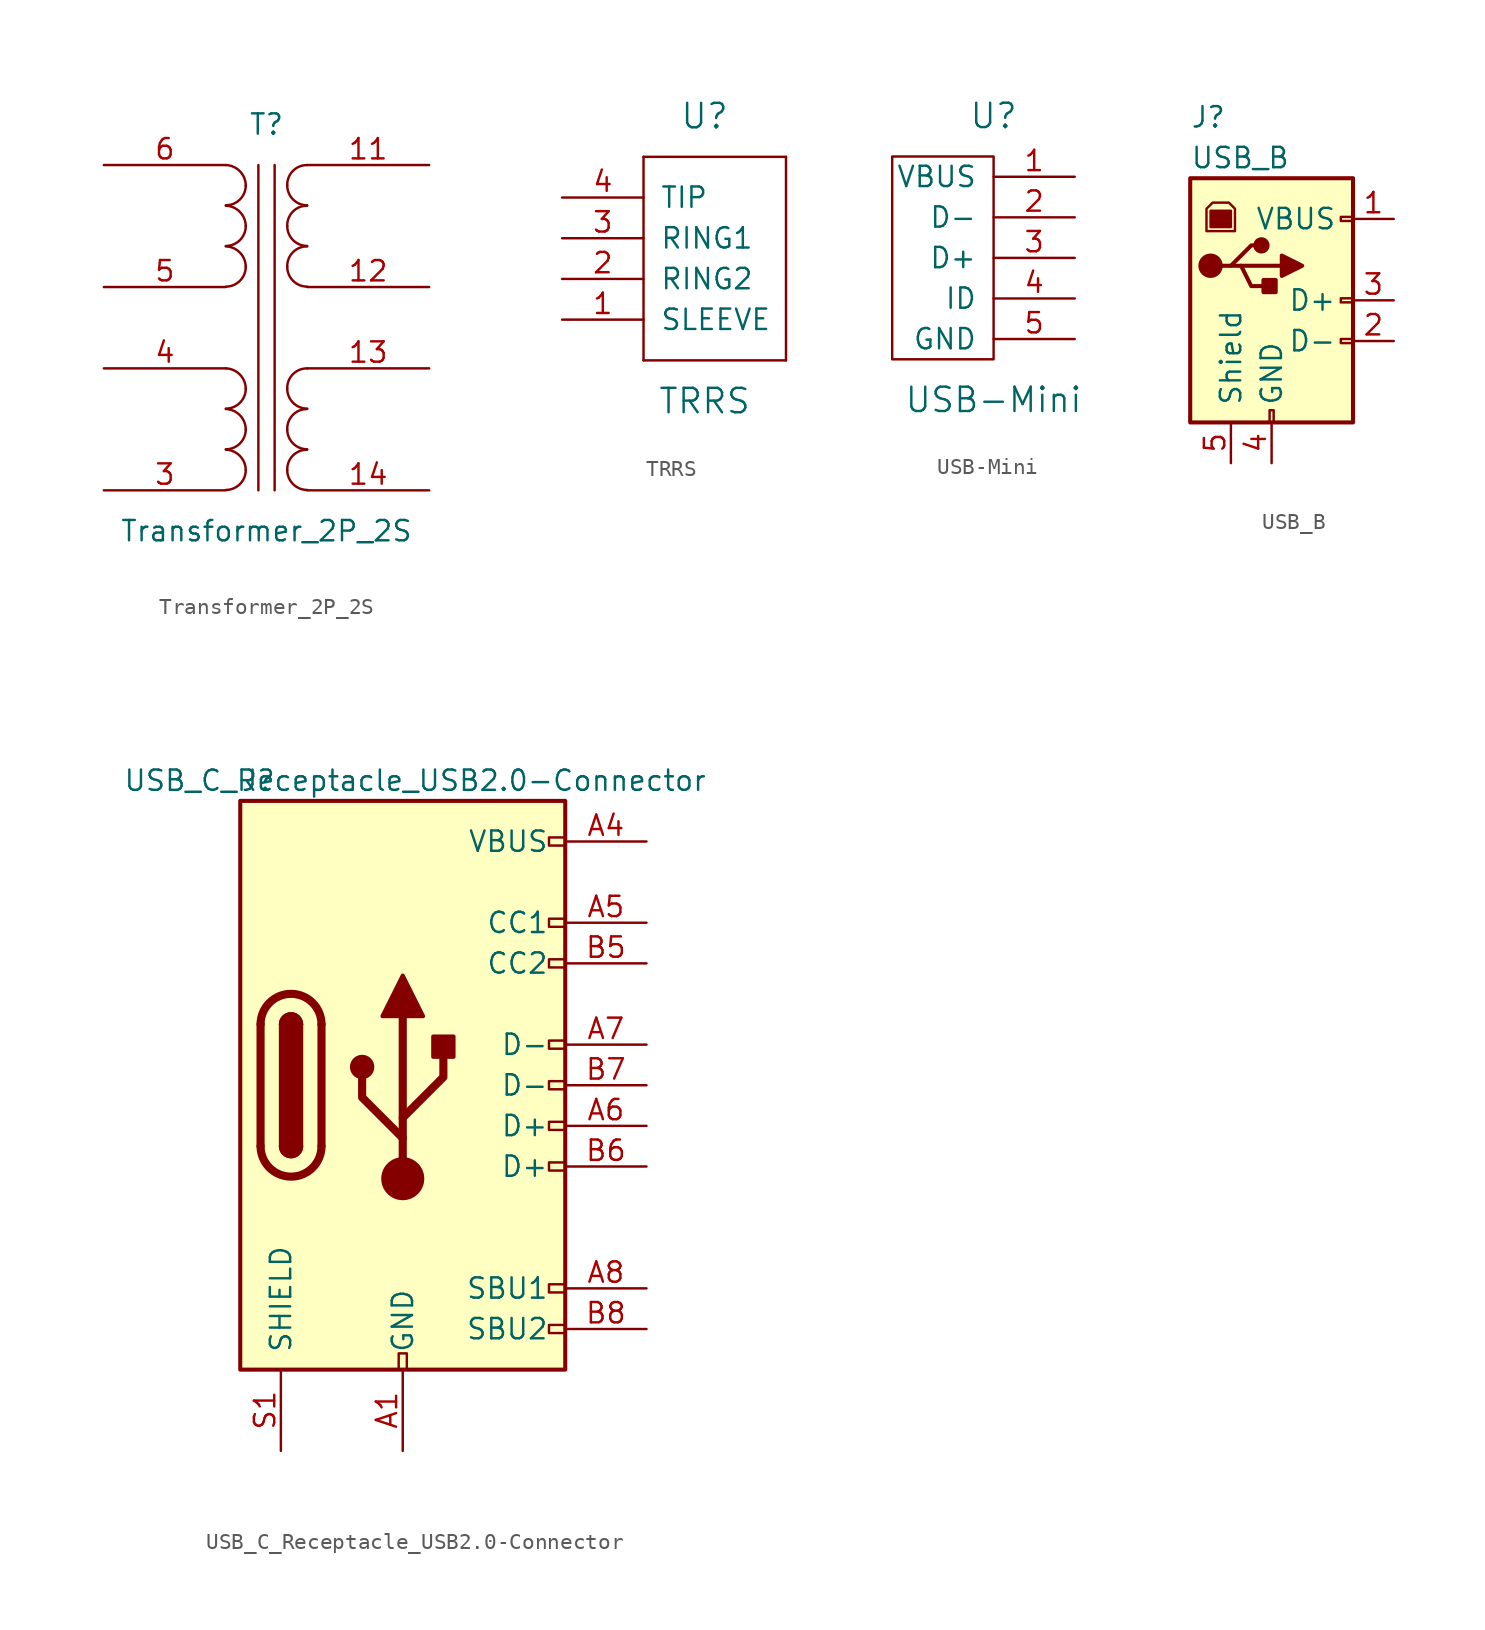
<source format=kicad_sym>
(kicad_symbol_lib
  (version 20220914)
  (generator kicad_symbol_editor)
  (symbol "Transformer_2P_2S"
    (pin_names
      (offset 1.016) hide)
    (property "Reference" "T"
      (at 0 12.7 0)
      (effects (font (size 1.27 1.27))))
    (property "Value" "Transformer_2P_2S"
      (at 0 -12.7 0)
      (effects (font (size 1.27 1.27))))
    (symbol "Transformer_2P_2S_0_1"
      (polyline (pts (xy -0.508 -10.16) (xy -0.508 10.16)) (stroke (width 0) (type default)) (fill (type none)))
      (polyline (pts (xy 0.508 10.16) (xy 0.508 -10.16)) (stroke (width 0) (type default)) (fill (type none)))
      (arc (start 1.2954 -8.89) (mid 1.6599 -9.7701) (end 2.54 -10.1346) (stroke (width 0) (type default)) (fill (type none)))
      (arc (start 1.2954 -6.35) (mid 1.6599 -7.2301) (end 2.54 -7.5946) (stroke (width 0) (type default)) (fill (type none)))
      (arc (start 1.2954 -3.81) (mid 1.6599 -4.6901) (end 2.54 -5.0546) (stroke (width 0) (type default)) (fill (type none)))
      (arc (start 1.2954 3.81) (mid 1.6599 2.9299) (end 2.54 2.5654) (stroke (width 0) (type default)) (fill (type none)))
      (arc (start 1.2954 6.35) (mid 1.6599 5.4699) (end 2.54 5.1054) (stroke (width 0) (type default)) (fill (type none)))
      (arc (start 1.2954 8.89) (mid 1.6599 8.0099) (end 2.54 7.6454) (stroke (width 0) (type default)) (fill (type none)))
      (arc (start 2.54 -7.62) (mid 1.6456 -7.9883) (end 1.2954 -8.89) (stroke (width 0) (type default)) (fill (type none)))
      (arc (start 2.54 -5.08) (mid 1.6456 -5.4483) (end 1.2954 -6.35) (stroke (width 0) (type default)) (fill (type none)))
      (arc (start 2.54 -2.54) (mid 1.6456 -2.9083) (end 1.2954 -3.81) (stroke (width 0) (type default)) (fill (type none)))
      (arc (start 2.54 5.08) (mid 1.6456 4.7117) (end 1.2954 3.81) (stroke (width 0) (type default)) (fill (type none)))
      (arc (start 2.54 7.62) (mid 1.6456 7.2517) (end 1.2954 6.35) (stroke (width 0) (type default)) (fill (type none)))
      (arc (start 2.54 10.16) (mid 1.6456 9.7917) (end 1.2954 8.89) (stroke (width 0) (type default)) (fill (type none))))
    (symbol "Transformer_2P_2S_1_1"
      (arc (start -2.54 -10.1346) (mid -1.6599 -9.7701) (end -1.2954 -8.89) (stroke (width 0) (type default)) (fill (type none)))
      (arc (start -2.54 -7.5946) (mid -1.6599 -7.2301) (end -1.2954 -6.35) (stroke (width 0) (type default)) (fill (type none)))
      (arc (start -2.54 -5.0546) (mid -1.6599 -4.6901) (end -1.2954 -3.81) (stroke (width 0) (type default)) (fill (type none)))
      (arc (start -2.54 2.5654) (mid -1.6599 2.9299) (end -1.2954 3.81) (stroke (width 0) (type default)) (fill (type none)))
      (arc (start -2.54 5.1054) (mid -1.6599 5.4699) (end -1.2954 6.35) (stroke (width 0) (type default)) (fill (type none)))
      (arc (start -2.54 7.6454) (mid -1.6599 8.0099) (end -1.2954 8.89) (stroke (width 0) (type default)) (fill (type none)))
      (arc (start -1.2954 -8.89) (mid -1.6637 -8.0061) (end -2.54 -7.62) (stroke (width 0) (type default)) (fill (type none)))
      (arc (start -1.2954 -6.35) (mid -1.6637 -5.4661) (end -2.54 -5.08) (stroke (width 0) (type default)) (fill (type none)))
      (arc (start -1.2954 -3.81) (mid -1.6637 -2.9261) (end -2.54 -2.54) (stroke (width 0) (type default)) (fill (type none)))
      (arc (start -1.2954 3.81) (mid -1.6637 4.6939) (end -2.54 5.08) (stroke (width 0) (type default)) (fill (type none)))
      (arc (start -1.2954 6.35) (mid -1.6637 7.2339) (end -2.54 7.62) (stroke (width 0) (type default)) (fill (type none)))
      (arc (start -1.2954 8.89) (mid -1.6637 9.7739) (end -2.54 10.16) (stroke (width 0) (type default)) (fill (type none)))
      (pin passive line (at 10.16 10.16 180) (length 7.62) (name "SA" (effects (font (size 1.27 1.27)))) (number "11" (effects (font (size 1.27 1.27)))))
      (pin passive line (at 10.16 2.54 180) (length 7.62) (name "SB" (effects (font (size 1.27 1.27)))) (number "12" (effects (font (size 1.27 1.27)))))
      (pin passive line (at 10.16 -2.54 180) (length 7.62) (name "SC" (effects (font (size 1.27 1.27)))) (number "13" (effects (font (size 1.27 1.27)))))
      (pin passive line (at 10.16 -10.16 180) (length 7.62) (name "SD" (effects (font (size 1.27 1.27)))) (number "14" (effects (font (size 1.27 1.27)))))
      (pin passive line (at -10.16 -10.16 0) (length 7.62) (name "AD" (effects (font (size 1.27 1.27)))) (number "3" (effects (font (size 1.27 1.27)))))
      (pin passive line (at -10.16 -2.54 0) (length 7.62) (name "AC" (effects (font (size 1.27 1.27)))) (number "4" (effects (font (size 1.27 1.27)))))
      (pin passive line (at -10.16 2.54 0) (length 7.62) (name "AB" (effects (font (size 1.27 1.27)))) (number "5" (effects (font (size 1.27 1.27)))))
      (pin passive line (at -10.16 10.16 0) (length 7.62) (name "AA" (effects (font (size 1.27 1.27)))) (number "6" (effects (font (size 1.27 1.27)))))))
  (symbol "TRRS"
    (pin_names
      (offset 1.016))
    (property "Reference" "U"
      (at 0 15.24 0)
      (effects (font (size 1.524 1.524))))
    (property "Value" "TRRS"
      (at 0 -2.54 0)
      (effects (font (size 1.524 1.524))))
    (symbol "TRRS_0_1"
      (rectangle (start -3.81 0) (end -3.81 12.7) (stroke (width 0) (type default)) (fill (type none)))
      (rectangle (start -3.81 12.7) (end 5.08 12.7) (stroke (width 0) (type default)) (fill (type none)))
      (rectangle (start 5.08 0) (end -3.81 0) (stroke (width 0) (type default)) (fill (type none)))
      (rectangle (start 5.08 12.7) (end 5.08 0) (stroke (width 0) (type default)) (fill (type none))))
    (symbol "TRRS_1_1"
      (pin input line (at -8.89 2.54 0) (length 5.08) (name "SLEEVE" (effects (font (size 1.27 1.27)))) (number "1" (effects (font (size 1.27 1.27)))))
      (pin input line (at -8.89 5.08 0) (length 5.08) (name "RING2" (effects (font (size 1.27 1.27)))) (number "2" (effects (font (size 1.27 1.27)))))
      (pin input line (at -8.89 7.62 0) (length 5.08) (name "RING1" (effects (font (size 1.27 1.27)))) (number "3" (effects (font (size 1.27 1.27)))))
      (pin input line (at -8.89 10.16 0) (length 5.08) (name "TIP" (effects (font (size 1.27 1.27)))) (number "4" (effects (font (size 1.27 1.27)))))))
  (symbol "USB-Mini"
    (pin_names
      (offset 1.016))
    (property "Reference" "U"
      (at 0 15.24 0)
      (effects (font (size 1.524 1.524))))
    (property "Value" "USB-Mini"
      (at 0 -2.54 0)
      (effects (font (size 1.524 1.524))))
    (symbol "USB-Mini_0_1"
      (rectangle (start 0 0) (end -6.35 12.7) (stroke (width 0) (type default)) (fill (type none))))
    (symbol "USB-Mini_1_1"
      (pin input line (at 5.08 11.43 180) (length 5.08) (name "VBUS" (effects (font (size 1.27 1.27)))) (number "1" (effects (font (size 1.27 1.27)))))
      (pin input line (at 5.08 8.89 180) (length 5.08) (name "D-" (effects (font (size 1.27 1.27)))) (number "2" (effects (font (size 1.27 1.27)))))
      (pin input line (at 5.08 6.35 180) (length 5.08) (name "D+" (effects (font (size 1.27 1.27)))) (number "3" (effects (font (size 1.27 1.27)))))
      (pin input line (at 5.08 3.81 180) (length 5.08) (name "ID" (effects (font (size 1.27 1.27)))) (number "4" (effects (font (size 1.27 1.27)))))
      (pin input line (at 5.08 1.27 180) (length 5.08) (name "GND" (effects (font (size 1.27 1.27)))) (number "5" (effects (font (size 1.27 1.27)))))))
  (symbol "USB_B"
    (pin_names
      (offset 1.016))
    (property "Reference" "J"
      (at -5.08 11.43 0)
      (effects (font (size 1.27 1.27)) (justify left)))
    (property "Value" "USB_B"
      (at -5.08 8.89 0)
      (effects (font (size 1.27 1.27)) (justify left)))
    (symbol "USB_B_0_1"
      (rectangle (start -5.08 -7.62) (end 5.08 7.62) (stroke (width 0.254) (type default)) (fill (type background)))
      (circle (center -3.81 2.159) (radius 0.635) (stroke (width 0.254) (type default)) (fill (type outline)))
      (rectangle (start -3.81 5.588) (end -2.54 4.572) (stroke (width 0) (type default)) (fill (type outline)))
      (circle (center -0.635 3.429) (radius 0.381) (stroke (width 0.254) (type default)) (fill (type outline)))
      (rectangle (start -0.127 -7.62) (end 0.127 -6.858) (stroke (width 0) (type default)) (fill (type none)))
      (polyline (pts (xy -1.905 2.159) (xy 0.635 2.159)) (stroke (width 0.254) (type default)) (fill (type none)))
      (polyline (pts (xy -3.175 2.159) (xy -2.54 2.159) (xy -1.27 3.429) (xy -0.635 3.429)) (stroke (width 0.254) (type default)) (fill (type none)))
      (polyline (pts (xy -2.54 2.159) (xy -1.905 2.159) (xy -1.27 0.889) (xy 0 0.889)) (stroke (width 0.254) (type default)) (fill (type none)))
      (polyline (pts (xy 0.635 2.794) (xy 0.635 1.524) (xy 1.905 2.159) (xy 0.635 2.794)) (stroke (width 0.254) (type default)) (fill (type outline)))
      (polyline (pts (xy -4.064 4.318) (xy -2.286 4.318) (xy -2.286 5.715) (xy -2.667 6.096) (xy -3.683 6.096) (xy -4.064 5.715) (xy -4.064 4.318)) (stroke (width 0) (type default)) (fill (type none)))
      (rectangle (start 0.254 1.27) (end -0.508 0.508) (stroke (width 0.254) (type default)) (fill (type outline)))
      (rectangle (start 5.08 -2.667) (end 4.318 -2.413) (stroke (width 0) (type default)) (fill (type none)))
      (rectangle (start 5.08 -0.127) (end 4.318 0.127) (stroke (width 0) (type default)) (fill (type none)))
      (rectangle (start 5.08 4.953) (end 4.318 5.207) (stroke (width 0) (type default)) (fill (type none))))
    (symbol "USB_B_1_1"
      (pin power_out line (at 7.62 5.08 180) (length 2.54) (name "VBUS" (effects (font (size 1.27 1.27)))) (number "1" (effects (font (size 1.27 1.27)))))
      (pin passive line (at 7.62 -2.54 180) (length 2.54) (name "D-" (effects (font (size 1.27 1.27)))) (number "2" (effects (font (size 1.27 1.27)))))
      (pin passive line (at 7.62 0 180) (length 2.54) (name "D+" (effects (font (size 1.27 1.27)))) (number "3" (effects (font (size 1.27 1.27)))))
      (pin power_in line (at 0 -10.16 90) (length 2.54) (name "GND" (effects (font (size 1.27 1.27)))) (number "4" (effects (font (size 1.27 1.27)))))
      (pin passive line (at -2.54 -10.16 90) (length 2.54) (name "Shield" (effects (font (size 1.27 1.27)))) (number "5" (effects (font (size 1.27 1.27)))))))
  (symbol "USB_C_Receptacle_USB2.0-Connector"
    (pin_names
      (offset 1.016))
    (property "Reference" "J"
      (at -10.16 19.05 0)
      (effects (font (size 1.27 1.27)) (justify left)))
    (property "Value" "USB_C_Receptacle_USB2.0-Connector"
      (at 19.05 19.05 0)
      (effects (font (size 1.27 1.27)) (justify right)))
    (symbol "USB_C_Receptacle_USB2.0-Connector_0_0"
      (rectangle (start -0.254 -17.78) (end 0.254 -16.764) (stroke (width 0) (type default)) (fill (type none)))
      (rectangle (start 10.16 -14.986) (end 9.144 -15.494) (stroke (width 0) (type default)) (fill (type none)))
      (rectangle (start 10.16 -12.446) (end 9.144 -12.954) (stroke (width 0) (type default)) (fill (type none)))
      (rectangle (start 10.16 -4.826) (end 9.144 -5.334) (stroke (width 0) (type default)) (fill (type none)))
      (rectangle (start 10.16 -2.286) (end 9.144 -2.794) (stroke (width 0) (type default)) (fill (type none)))
      (rectangle (start 10.16 0.254) (end 9.144 -0.254) (stroke (width 0) (type default)) (fill (type none)))
      (rectangle (start 10.16 2.794) (end 9.144 2.286) (stroke (width 0) (type default)) (fill (type none)))
      (rectangle (start 10.16 7.874) (end 9.144 7.366) (stroke (width 0) (type default)) (fill (type none)))
      (rectangle (start 10.16 10.414) (end 9.144 9.906) (stroke (width 0) (type default)) (fill (type none)))
      (rectangle (start 10.16 15.494) (end 9.144 14.986) (stroke (width 0) (type default)) (fill (type none))))
    (symbol "USB_C_Receptacle_USB2.0-Connector_0_1"
      (rectangle (start -10.16 17.78) (end 10.16 -17.78) (stroke (width 0.254) (type default)) (fill (type background)))
      (arc (start -8.89 -3.81) (mid -6.985 -5.7067) (end -5.08 -3.81) (stroke (width 0.508) (type default)) (fill (type none)))
      (arc (start -7.62 -3.81) (mid -6.985 -4.4423) (end -6.35 -3.81) (stroke (width 0.254) (type default)) (fill (type none)))
      (arc (start -7.62 -3.81) (mid -6.985 -4.4423) (end -6.35 -3.81) (stroke (width 0.254) (type default)) (fill (type outline)))
      (rectangle (start -7.62 -3.81) (end -6.35 3.81) (stroke (width 0.254) (type default)) (fill (type outline)))
      (arc (start -6.35 3.81) (mid -6.985 4.4423) (end -7.62 3.81) (stroke (width 0.254) (type default)) (fill (type none)))
      (arc (start -6.35 3.81) (mid -6.985 4.4423) (end -7.62 3.81) (stroke (width 0.254) (type default)) (fill (type outline)))
      (arc (start -5.08 3.81) (mid -6.985 5.7067) (end -8.89 3.81) (stroke (width 0.508) (type default)) (fill (type none)))
      (circle (center -2.54 1.143) (radius 0.635) (stroke (width 0.254) (type default)) (fill (type outline)))
      (circle (center 0 -5.842) (radius 1.27) (stroke (width 0) (type default)) (fill (type outline)))
      (polyline (pts (xy -8.89 -3.81) (xy -8.89 3.81)) (stroke (width 0.508) (type default)) (fill (type none)))
      (polyline (pts (xy -5.08 3.81) (xy -5.08 -3.81)) (stroke (width 0.508) (type default)) (fill (type none)))
      (polyline (pts (xy 0 -5.842) (xy 0 4.318)) (stroke (width 0.508) (type default)) (fill (type none)))
      (polyline (pts (xy 0 -3.302) (xy -2.54 -0.762) (xy -2.54 0.508)) (stroke (width 0.508) (type default)) (fill (type none)))
      (polyline (pts (xy 0 -2.032) (xy 2.54 0.508) (xy 2.54 1.778)) (stroke (width 0.508) (type default)) (fill (type none)))
      (polyline (pts (xy -1.27 4.318) (xy 0 6.858) (xy 1.27 4.318) (xy -1.27 4.318)) (stroke (width 0.254) (type default)) (fill (type outline)))
      (rectangle (start 1.905 1.778) (end 3.175 3.048) (stroke (width 0.254) (type default)) (fill (type outline))))
    (symbol "USB_C_Receptacle_USB2.0-Connector_1_1"
      (pin power_in line (at 0 -22.86 90) (length 5.08) (name "GND" (effects (font (size 1.27 1.27)))) (number "A1" (effects (font (size 1.27 1.27)))))
      (pin passive line (at 0 -22.86 90) (length 5.08) hide (name "GND" (effects (font (size 1.27 1.27)))) (number "A12" (effects (font (size 1.27 1.27)))))
      (pin power_in line (at 15.24 15.24 180) (length 5.08) (name "VBUS" (effects (font (size 1.27 1.27)))) (number "A4" (effects (font (size 1.27 1.27)))))
      (pin bidirectional line (at 15.24 10.16 180) (length 5.08) (name "CC1" (effects (font (size 1.27 1.27)))) (number "A5" (effects (font (size 1.27 1.27)))))
      (pin bidirectional line (at 15.24 -2.54 180) (length 5.08) (name "D+" (effects (font (size 1.27 1.27)))) (number "A6" (effects (font (size 1.27 1.27)))))
      (pin bidirectional line (at 15.24 2.54 180) (length 5.08) (name "D-" (effects (font (size 1.27 1.27)))) (number "A7" (effects (font (size 1.27 1.27)))))
      (pin bidirectional line (at 15.24 -12.7 180) (length 5.08) (name "SBU1" (effects (font (size 1.27 1.27)))) (number "A8" (effects (font (size 1.27 1.27)))))
      (pin passive line (at 15.24 15.24 180) (length 5.08) hide (name "VBUS" (effects (font (size 1.27 1.27)))) (number "A9" (effects (font (size 1.27 1.27)))))
      (pin passive line (at 0 -22.86 90) (length 5.08) hide (name "GND" (effects (font (size 1.27 1.27)))) (number "B1" (effects (font (size 1.27 1.27)))))
      (pin passive line (at 0 -22.86 90) (length 5.08) hide (name "GND" (effects (font (size 1.27 1.27)))) (number "B12" (effects (font (size 1.27 1.27)))))
      (pin passive line (at 15.24 15.24 180) (length 5.08) hide (name "VBUS" (effects (font (size 1.27 1.27)))) (number "B4" (effects (font (size 1.27 1.27)))))
      (pin bidirectional line (at 15.24 7.62 180) (length 5.08) (name "CC2" (effects (font (size 1.27 1.27)))) (number "B5" (effects (font (size 1.27 1.27)))))
      (pin bidirectional line (at 15.24 -5.08 180) (length 5.08) (name "D+" (effects (font (size 1.27 1.27)))) (number "B6" (effects (font (size 1.27 1.27)))))
      (pin bidirectional line (at 15.24 0 180) (length 5.08) (name "D-" (effects (font (size 1.27 1.27)))) (number "B7" (effects (font (size 1.27 1.27)))))
      (pin bidirectional line (at 15.24 -15.24 180) (length 5.08) (name "SBU2" (effects (font (size 1.27 1.27)))) (number "B8" (effects (font (size 1.27 1.27)))))
      (pin passive line (at 15.24 15.24 180) (length 5.08) hide (name "VBUS" (effects (font (size 1.27 1.27)))) (number "B9" (effects (font (size 1.27 1.27)))))
      (pin passive line (at -7.62 -22.86 90) (length 5.08) (name "SHIELD" (effects (font (size 1.27 1.27)))) (number "S1" (effects (font (size 1.27 1.27))))))))
</source>
